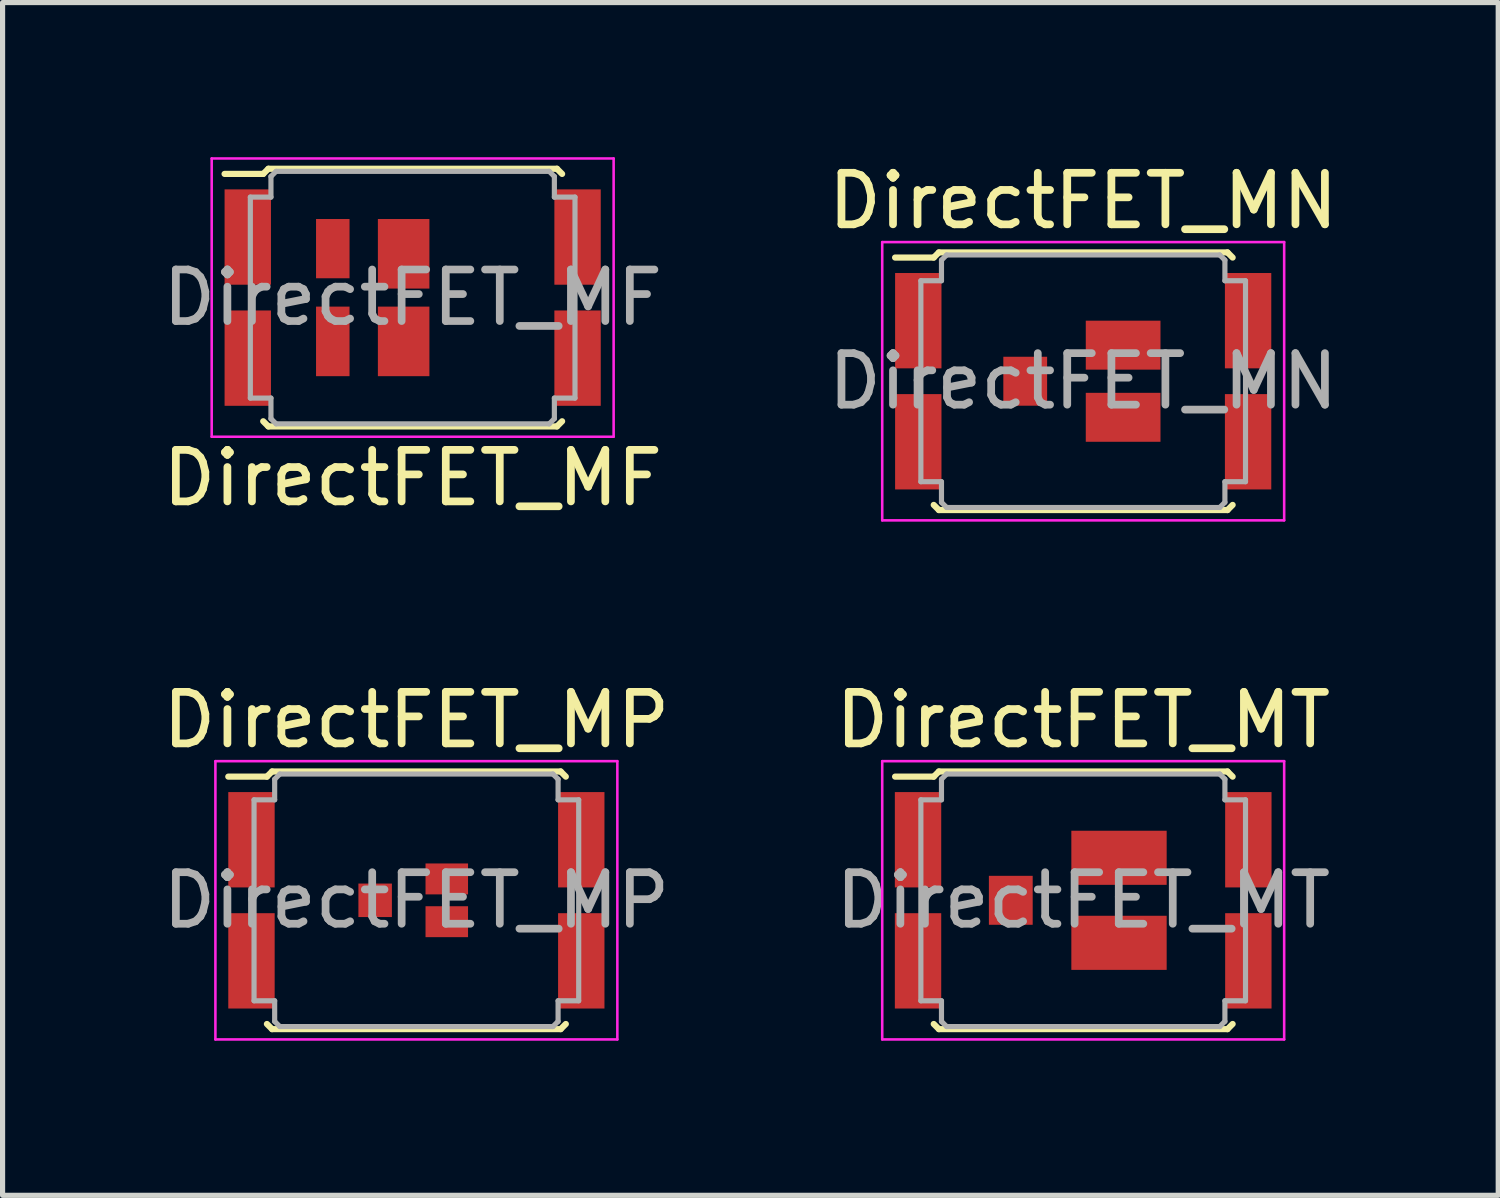
<source format=kicad_pcb>
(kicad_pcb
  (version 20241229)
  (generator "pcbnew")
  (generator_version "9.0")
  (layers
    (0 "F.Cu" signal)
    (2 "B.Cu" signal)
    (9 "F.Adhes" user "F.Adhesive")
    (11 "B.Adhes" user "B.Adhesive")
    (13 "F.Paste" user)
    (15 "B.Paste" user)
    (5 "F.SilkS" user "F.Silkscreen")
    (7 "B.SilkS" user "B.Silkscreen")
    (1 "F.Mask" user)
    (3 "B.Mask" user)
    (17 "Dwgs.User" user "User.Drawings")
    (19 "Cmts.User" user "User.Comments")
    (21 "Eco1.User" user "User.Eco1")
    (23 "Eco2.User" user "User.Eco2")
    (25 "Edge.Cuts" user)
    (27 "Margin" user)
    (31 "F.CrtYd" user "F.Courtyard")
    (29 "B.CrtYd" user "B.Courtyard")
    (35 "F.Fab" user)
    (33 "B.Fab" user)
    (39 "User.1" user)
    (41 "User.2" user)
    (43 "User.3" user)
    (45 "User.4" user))
  (footprint "DirectFET_MT"
    (layer "F.Cu")
    (at 17.97 14.421)
    (property "Reference" "DirectFET_MT" (at 0 -3.5 0) (layer "F.SilkS") (effects (font (size 1 1) (thickness 0.15))))
    (attr smd)
    (fp_line (start -3.65 -2.4) (end -2.9 -2.4) (stroke (width 0.12) (type solid)) (layer "F.SilkS"))
    (fp_line (start -2.9 -2.4) (end -2.8 -2.5) (stroke (width 0.12) (type solid)) (layer "F.SilkS"))
    (fp_line (start -2.8 -2.5) (end 2.8 -2.5) (stroke (width 0.12) (type solid)) (layer "F.SilkS"))
    (fp_line (start -2.8 2.5) (end -2.9 2.4) (stroke (width 0.12) (type solid)) (layer "F.SilkS"))
    (fp_line (start 2.8 -2.5) (end 2.9 -2.4) (stroke (width 0.12) (type solid)) (layer "F.SilkS"))
    (fp_line (start 2.8 2.5) (end -2.8 2.5) (stroke (width 0.12) (type solid)) (layer "F.SilkS"))
    (fp_line (start 2.9 2.4) (end 2.8 2.5) (stroke (width 0.12) (type solid)) (layer "F.SilkS"))
    (fp_line (start -3.9 -2.7) (end -3.9 2.7) (stroke (width 0.05) (type solid)) (layer "F.CrtYd"))
    (fp_line (start -3.9 2.7) (end 3.9 2.7) (stroke (width 0.05) (type solid)) (layer "F.CrtYd"))
    (fp_line (start 3.9 -2.7) (end -3.9 -2.7) (stroke (width 0.05) (type solid)) (layer "F.CrtYd"))
    (fp_line (start 3.9 2.7) (end 3.9 -2.7) (stroke (width 0.05) (type solid)) (layer "F.CrtYd"))
    (fp_line (start -3.15 -1.95) (end -2.75 -1.95) (stroke (width 0.1) (type solid)) (layer "F.Fab"))
    (fp_line (start -3.15 1.95) (end -3.15 -1.95) (stroke (width 0.1) (type solid)) (layer "F.Fab"))
    (fp_line (start -3.15 1.95) (end -2.75 1.95) (stroke (width 0.1) (type solid)) (layer "F.Fab"))
    (fp_line (start -2.75 -2.35) (end -2.65 -2.45) (stroke (width 0.1) (type solid)) (layer "F.Fab"))
    (fp_line (start -2.75 -1.95) (end -2.75 -2.35) (stroke (width 0.1) (type solid)) (layer "F.Fab"))
    (fp_line (start -2.75 1.95) (end -2.75 2.35) (stroke (width 0.1) (type solid)) (layer "F.Fab"))
    (fp_line (start -2.75 2.35) (end -2.65 2.45) (stroke (width 0.1) (type solid)) (layer "F.Fab"))
    (fp_line (start -2.65 2.45) (end 2.65 2.45) (stroke (width 0.1) (type solid)) (layer "F.Fab"))
    (fp_line (start 2.65 -2.45) (end -2.65 -2.45) (stroke (width 0.1) (type solid)) (layer "F.Fab"))
    (fp_line (start 2.65 -2.45) (end 2.75 -2.35) (stroke (width 0.1) (type solid)) (layer "F.Fab"))
    (fp_line (start 2.75 -2.35) (end 2.75 -1.95) (stroke (width 0.1) (type solid)) (layer "F.Fab"))
    (fp_line (start 2.75 -1.95) (end 3.15 -1.95) (stroke (width 0.1) (type solid)) (layer "F.Fab"))
    (fp_line (start 2.75 1.95) (end 2.75 2.35) (stroke (width 0.1) (type solid)) (layer "F.Fab"))
    (fp_line (start 2.75 2.35) (end 2.65 2.45) (stroke (width 0.1) (type solid)) (layer "F.Fab"))
    (fp_line (start 3.15 -1.95) (end 3.15 1.95) (stroke (width 0.1) (type solid)) (layer "F.Fab"))
    (fp_line (start 3.15 1.95) (end 2.75 1.95) (stroke (width 0.1) (type solid)) (layer "F.Fab"))
    (fp_text user "${REFERENCE}" (at 0 0 0) (layer "F.Fab") (effects (font (size 1 1) (thickness 0.15))))
    (pad "1" smd rect (at -3.205 -1.175) (size 0.9 1.85) (layers "F.Cu" "F.Mask" "F.Paste"))
    (pad "1" smd rect (at -3.205 1.175) (size 0.9 1.85) (layers "F.Cu" "F.Mask" "F.Paste"))
    (pad "1" smd rect (at 3.205 -1.175) (size 0.9 1.85) (layers "F.Cu" "F.Mask" "F.Paste"))
    (pad "1" smd rect (at 3.205 1.175) (size 0.9 1.85) (layers "F.Cu" "F.Mask" "F.Paste"))
    (pad "2" smd rect (at -1.405 0) (size 0.85 0.95) (layers "F.Cu" "F.Mask" "F.Paste"))
    (pad "3" smd rect (at 0.695 -0.825) (size 1.85 1.05) (layers "F.Cu" "F.Mask" "F.Paste"))
    (pad "3" smd rect (at 0.695 0.825) (size 1.85 1.05) (layers "F.Cu" "F.Mask" "F.Paste")))
  (footprint "DirectFET_MP"
    (layer "F.Cu")
    (at 5.03 14.421)
    (property "Reference" "DirectFET_MP" (at 0 -3.5 0) (layer "F.SilkS") (effects (font (size 1 1) (thickness 0.15))))
    (attr smd)
    (fp_line (start -3.65 -2.4) (end -2.9 -2.4) (stroke (width 0.12) (type solid)) (layer "F.SilkS"))
    (fp_line (start -2.9 -2.4) (end -2.8 -2.5) (stroke (width 0.12) (type solid)) (layer "F.SilkS"))
    (fp_line (start -2.8 -2.5) (end 2.8 -2.5) (stroke (width 0.12) (type solid)) (layer "F.SilkS"))
    (fp_line (start -2.8 2.5) (end -2.9 2.4) (stroke (width 0.12) (type solid)) (layer "F.SilkS"))
    (fp_line (start 2.8 -2.5) (end 2.9 -2.4) (stroke (width 0.12) (type solid)) (layer "F.SilkS"))
    (fp_line (start 2.8 2.5) (end -2.8 2.5) (stroke (width 0.12) (type solid)) (layer "F.SilkS"))
    (fp_line (start 2.9 2.4) (end 2.8 2.5) (stroke (width 0.12) (type solid)) (layer "F.SilkS"))
    (fp_line (start -3.9 -2.7) (end -3.9 2.7) (stroke (width 0.05) (type solid)) (layer "F.CrtYd"))
    (fp_line (start -3.9 2.7) (end 3.9 2.7) (stroke (width 0.05) (type solid)) (layer "F.CrtYd"))
    (fp_line (start 3.9 -2.7) (end -3.9 -2.7) (stroke (width 0.05) (type solid)) (layer "F.CrtYd"))
    (fp_line (start 3.9 2.7) (end 3.9 -2.7) (stroke (width 0.05) (type solid)) (layer "F.CrtYd"))
    (fp_line (start -3.15 -1.95) (end -2.75 -1.95) (stroke (width 0.1) (type solid)) (layer "F.Fab"))
    (fp_line (start -3.15 1.95) (end -3.15 -1.95) (stroke (width 0.1) (type solid)) (layer "F.Fab"))
    (fp_line (start -3.15 1.95) (end -2.75 1.95) (stroke (width 0.1) (type solid)) (layer "F.Fab"))
    (fp_line (start -2.75 -2.35) (end -2.65 -2.45) (stroke (width 0.1) (type solid)) (layer "F.Fab"))
    (fp_line (start -2.75 -1.95) (end -2.75 -2.35) (stroke (width 0.1) (type solid)) (layer "F.Fab"))
    (fp_line (start -2.75 1.95) (end -2.75 2.35) (stroke (width 0.1) (type solid)) (layer "F.Fab"))
    (fp_line (start -2.75 2.35) (end -2.65 2.45) (stroke (width 0.1) (type solid)) (layer "F.Fab"))
    (fp_line (start -2.65 2.45) (end 2.65 2.45) (stroke (width 0.1) (type solid)) (layer "F.Fab"))
    (fp_line (start 2.65 -2.45) (end -2.65 -2.45) (stroke (width 0.1) (type solid)) (layer "F.Fab"))
    (fp_line (start 2.65 -2.45) (end 2.75 -2.35) (stroke (width 0.1) (type solid)) (layer "F.Fab"))
    (fp_line (start 2.75 -2.35) (end 2.75 -1.95) (stroke (width 0.1) (type solid)) (layer "F.Fab"))
    (fp_line (start 2.75 -1.95) (end 3.15 -1.95) (stroke (width 0.1) (type solid)) (layer "F.Fab"))
    (fp_line (start 2.75 1.95) (end 2.75 2.35) (stroke (width 0.1) (type solid)) (layer "F.Fab"))
    (fp_line (start 2.75 2.35) (end 2.65 2.45) (stroke (width 0.1) (type solid)) (layer "F.Fab"))
    (fp_line (start 3.15 -1.95) (end 3.15 1.95) (stroke (width 0.1) (type solid)) (layer "F.Fab"))
    (fp_line (start 3.15 1.95) (end 2.75 1.95) (stroke (width 0.1) (type solid)) (layer "F.Fab"))
    (fp_text user "${REFERENCE}" (at 0 0 0) (layer "F.Fab") (effects (font (size 1 1) (thickness 0.15))))
    (pad "1" smd rect (at -3.2 -1.175) (size 0.9 1.85) (layers "F.Cu" "F.Mask" "F.Paste"))
    (pad "1" smd rect (at -3.2 1.175) (size 0.9 1.85) (layers "F.Cu" "F.Mask" "F.Paste"))
    (pad "1" smd rect (at 3.2 -1.175) (size 0.9 1.85) (layers "F.Cu" "F.Mask" "F.Paste"))
    (pad "1" smd rect (at 3.2 1.175) (size 0.9 1.85) (layers "F.Cu" "F.Mask" "F.Paste"))
    (pad "2" smd rect (at -0.8 0) (size 0.65 0.65) (layers "F.Cu" "F.Mask" "F.Paste"))
    (pad "3" smd rect (at 0.59 -0.415) (size 0.825 0.6) (layers "F.Cu" "F.Mask" "F.Paste"))
    (pad "3" smd rect (at 0.59 0.415) (size 0.825 0.6) (layers "F.Cu" "F.Mask" "F.Paste")))
  (footprint "DirectFET_MN"
    (layer "F.Cu")
    (at 17.97 4.348)
    (property "Reference" "DirectFET_MN" (at 0 -3.5 0) (layer "F.SilkS") (effects (font (size 1 1) (thickness 0.15))))
    (attr smd)
    (fp_line (start -3.65 -2.4) (end -2.9 -2.4) (stroke (width 0.12) (type solid)) (layer "F.SilkS"))
    (fp_line (start -2.9 -2.4) (end -2.8 -2.5) (stroke (width 0.12) (type solid)) (layer "F.SilkS"))
    (fp_line (start -2.8 -2.5) (end 2.8 -2.5) (stroke (width 0.12) (type solid)) (layer "F.SilkS"))
    (fp_line (start -2.8 2.5) (end -2.9 2.4) (stroke (width 0.12) (type solid)) (layer "F.SilkS"))
    (fp_line (start 2.8 -2.5) (end 2.9 -2.4) (stroke (width 0.12) (type solid)) (layer "F.SilkS"))
    (fp_line (start 2.8 2.5) (end -2.8 2.5) (stroke (width 0.12) (type solid)) (layer "F.SilkS"))
    (fp_line (start 2.9 2.4) (end 2.8 2.5) (stroke (width 0.12) (type solid)) (layer "F.SilkS"))
    (fp_line (start -3.9 -2.7) (end -3.9 2.7) (stroke (width 0.05) (type solid)) (layer "F.CrtYd"))
    (fp_line (start -3.9 2.7) (end 3.9 2.7) (stroke (width 0.05) (type solid)) (layer "F.CrtYd"))
    (fp_line (start 3.9 -2.7) (end -3.9 -2.7) (stroke (width 0.05) (type solid)) (layer "F.CrtYd"))
    (fp_line (start 3.9 2.7) (end 3.9 -2.7) (stroke (width 0.05) (type solid)) (layer "F.CrtYd"))
    (fp_line (start -3.15 -1.95) (end -2.75 -1.95) (stroke (width 0.1) (type solid)) (layer "F.Fab"))
    (fp_line (start -3.15 1.95) (end -3.15 -1.95) (stroke (width 0.1) (type solid)) (layer "F.Fab"))
    (fp_line (start -3.15 1.95) (end -2.75 1.95) (stroke (width 0.1) (type solid)) (layer "F.Fab"))
    (fp_line (start -2.75 -2.35) (end -2.65 -2.45) (stroke (width 0.1) (type solid)) (layer "F.Fab"))
    (fp_line (start -2.75 -1.95) (end -2.75 -2.35) (stroke (width 0.1) (type solid)) (layer "F.Fab"))
    (fp_line (start -2.75 1.95) (end -2.75 2.35) (stroke (width 0.1) (type solid)) (layer "F.Fab"))
    (fp_line (start -2.75 2.35) (end -2.65 2.45) (stroke (width 0.1) (type solid)) (layer "F.Fab"))
    (fp_line (start -2.65 2.45) (end 2.65 2.45) (stroke (width 0.1) (type solid)) (layer "F.Fab"))
    (fp_line (start 2.65 -2.45) (end -2.65 -2.45) (stroke (width 0.1) (type solid)) (layer "F.Fab"))
    (fp_line (start 2.65 -2.45) (end 2.75 -2.35) (stroke (width 0.1) (type solid)) (layer "F.Fab"))
    (fp_line (start 2.75 -2.35) (end 2.75 -1.95) (stroke (width 0.1) (type solid)) (layer "F.Fab"))
    (fp_line (start 2.75 -1.95) (end 3.15 -1.95) (stroke (width 0.1) (type solid)) (layer "F.Fab"))
    (fp_line (start 2.75 1.95) (end 2.75 2.35) (stroke (width 0.1) (type solid)) (layer "F.Fab"))
    (fp_line (start 2.75 2.35) (end 2.65 2.45) (stroke (width 0.1) (type solid)) (layer "F.Fab"))
    (fp_line (start 3.15 -1.95) (end 3.15 1.95) (stroke (width 0.1) (type solid)) (layer "F.Fab"))
    (fp_line (start 3.15 1.95) (end 2.75 1.95) (stroke (width 0.1) (type solid)) (layer "F.Fab"))
    (fp_text user "${REFERENCE}" (at 0 0 0) (layer "F.Fab") (effects (font (size 1 1) (thickness 0.15))))
    (pad "1" smd rect (at -3.2 -1.175) (size 0.9 1.85) (layers "F.Cu" "F.Mask" "F.Paste"))
    (pad "1" smd rect (at -3.2 1.175) (size 0.9 1.85) (layers "F.Cu" "F.Mask" "F.Paste"))
    (pad "1" smd rect (at 3.2 -1.175) (size 0.9 1.85) (layers "F.Cu" "F.Mask" "F.Paste"))
    (pad "1" smd rect (at 3.2 1.175) (size 0.9 1.85) (layers "F.Cu" "F.Mask" "F.Paste"))
    (pad "2" smd rect (at -1.125 0) (size 0.85 0.95) (layers "F.Cu" "F.Mask" "F.Paste"))
    (pad "3" smd rect (at 0.775 -0.7) (size 1.45 0.95) (layers "F.Cu" "F.Mask" "F.Paste"))
    (pad "3" smd rect (at 0.775 0.7) (size 1.45 0.95) (layers "F.Cu" "F.Mask" "F.Paste")))
  (footprint "DirectFET_MF"
    (layer "F.Cu")
    (at 4.958 2.725)
    (property "Reference" "DirectFET_MF" (at 0 3.5 0) (layer "F.SilkS") (effects (font (size 1 1) (thickness 0.15))))
    (attr smd)
    (fp_line (start -3.65 -2.4) (end -2.9 -2.4) (stroke (width 0.12) (type solid)) (layer "F.SilkS"))
    (fp_line (start -2.9 -2.4) (end -2.8 -2.5) (stroke (width 0.12) (type solid)) (layer "F.SilkS"))
    (fp_line (start -2.8 -2.5) (end 2.8 -2.5) (stroke (width 0.12) (type solid)) (layer "F.SilkS"))
    (fp_line (start -2.8 2.5) (end -2.9 2.4) (stroke (width 0.12) (type solid)) (layer "F.SilkS"))
    (fp_line (start 2.8 -2.5) (end 2.9 -2.4) (stroke (width 0.12) (type solid)) (layer "F.SilkS"))
    (fp_line (start 2.8 2.5) (end -2.8 2.5) (stroke (width 0.12) (type solid)) (layer "F.SilkS"))
    (fp_line (start 2.9 2.4) (end 2.8 2.5) (stroke (width 0.12) (type solid)) (layer "F.SilkS"))
    (fp_line (start -3.9 -2.7) (end -3.9 2.7) (stroke (width 0.05) (type solid)) (layer "F.CrtYd"))
    (fp_line (start -3.9 2.7) (end 3.9 2.7) (stroke (width 0.05) (type solid)) (layer "F.CrtYd"))
    (fp_line (start 3.9 -2.7) (end -3.9 -2.7) (stroke (width 0.05) (type solid)) (layer "F.CrtYd"))
    (fp_line (start 3.9 2.7) (end 3.9 -2.7) (stroke (width 0.05) (type solid)) (layer "F.CrtYd"))
    (fp_line (start -3.15 -1.95) (end -2.75 -1.95) (stroke (width 0.1) (type solid)) (layer "F.Fab"))
    (fp_line (start -3.15 1.95) (end -3.15 -1.95) (stroke (width 0.1) (type solid)) (layer "F.Fab"))
    (fp_line (start -3.15 1.95) (end -2.75 1.95) (stroke (width 0.1) (type solid)) (layer "F.Fab"))
    (fp_line (start -2.75 -2.35) (end -2.65 -2.45) (stroke (width 0.1) (type solid)) (layer "F.Fab"))
    (fp_line (start -2.75 -1.95) (end -2.75 -2.35) (stroke (width 0.1) (type solid)) (layer "F.Fab"))
    (fp_line (start -2.75 1.95) (end -2.75 2.35) (stroke (width 0.1) (type solid)) (layer "F.Fab"))
    (fp_line (start -2.75 2.35) (end -2.65 2.45) (stroke (width 0.1) (type solid)) (layer "F.Fab"))
    (fp_line (start -2.65 2.45) (end 2.65 2.45) (stroke (width 0.1) (type solid)) (layer "F.Fab"))
    (fp_line (start 2.65 -2.45) (end -2.65 -2.45) (stroke (width 0.1) (type solid)) (layer "F.Fab"))
    (fp_line (start 2.65 -2.45) (end 2.75 -2.35) (stroke (width 0.1) (type solid)) (layer "F.Fab"))
    (fp_line (start 2.75 -2.35) (end 2.75 -1.95) (stroke (width 0.1) (type solid)) (layer "F.Fab"))
    (fp_line (start 2.75 -1.95) (end 3.15 -1.95) (stroke (width 0.1) (type solid)) (layer "F.Fab"))
    (fp_line (start 2.75 1.95) (end 2.75 2.35) (stroke (width 0.1) (type solid)) (layer "F.Fab"))
    (fp_line (start 2.75 2.35) (end 2.65 2.45) (stroke (width 0.1) (type solid)) (layer "F.Fab"))
    (fp_line (start 3.15 -1.95) (end 3.15 1.95) (stroke (width 0.1) (type solid)) (layer "F.Fab"))
    (fp_line (start 3.15 1.95) (end 2.75 1.95) (stroke (width 0.1) (type solid)) (layer "F.Fab"))
    (fp_text user "${REFERENCE}" (at 0 0 0) (layer "F.Fab") (effects (font (size 1 1) (thickness 0.15))))
    (pad "1" smd rect (at -3.2 -1.175) (size 0.9 1.85) (layers "F.Cu" "F.Mask" "F.Paste"))
    (pad "1" smd rect (at -3.2 1.175) (size 0.9 1.85) (layers "F.Cu" "F.Mask" "F.Paste"))
    (pad "1" smd rect (at 3.2 -1.175) (size 0.9 1.85) (layers "F.Cu" "F.Mask" "F.Paste"))
    (pad "1" smd rect (at 3.2 1.175) (size 0.9 1.85) (layers "F.Cu" "F.Mask" "F.Paste"))
    (pad "2" smd rect (at -1.55 -0.95) (size 0.65 1.15) (layers "F.Cu" "F.Mask" "F.Paste"))
    (pad "3" smd rect (at -1.55 0.85) (size 0.65 1.35) (layers "F.Cu" "F.Mask" "F.Paste"))
    (pad "3" smd rect (at -0.175 -0.85) (size 1 1.35) (layers "F.Cu" "F.Mask" "F.Paste"))
    (pad "3" smd rect (at -0.175 0.85) (size 1 1.35) (layers "F.Cu" "F.Mask" "F.Paste")))
  (gr_rect
    (start -3 -3)
    (end 26.024 20.146)
    (stroke (width 0.1) (type default))
    (fill no)
    (layer "Edge.Cuts")))
</source>
